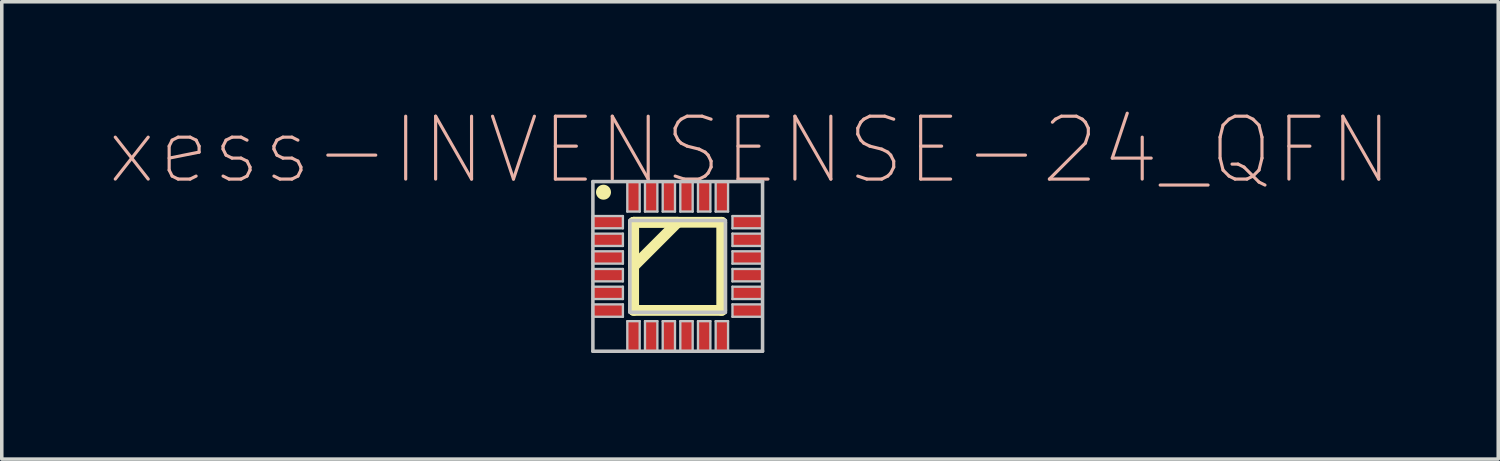
<source format=kicad_pcb>
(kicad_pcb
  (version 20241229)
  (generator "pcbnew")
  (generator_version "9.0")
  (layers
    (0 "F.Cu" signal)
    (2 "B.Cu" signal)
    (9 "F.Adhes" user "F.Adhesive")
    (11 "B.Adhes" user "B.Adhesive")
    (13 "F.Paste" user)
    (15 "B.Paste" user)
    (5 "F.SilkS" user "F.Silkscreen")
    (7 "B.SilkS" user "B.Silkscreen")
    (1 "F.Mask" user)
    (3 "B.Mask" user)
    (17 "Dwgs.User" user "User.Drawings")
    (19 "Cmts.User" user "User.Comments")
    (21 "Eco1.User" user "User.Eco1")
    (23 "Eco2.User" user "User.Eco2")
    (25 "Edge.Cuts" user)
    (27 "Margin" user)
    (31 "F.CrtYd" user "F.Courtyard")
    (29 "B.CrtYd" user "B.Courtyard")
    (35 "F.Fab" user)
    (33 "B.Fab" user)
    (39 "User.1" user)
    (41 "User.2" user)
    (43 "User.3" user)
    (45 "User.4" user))
  (footprint "xess-INVENSENSE-24_QFN"
    (layer "F.Cu")
    (at 14.115 3.233)
    (property "Reference" "xess-INVENSENSE-24_QFN" (at 4.044 -2.037 0) (layer "B.SilkS") (effects (font (size 1.778 1.778) (thickness 0.089))))
    (attr smd)
    (fp_line (start 0.754 0.003) (end 0.754 1.25) (stroke (width 0.305) (type solid)) (layer "F.SilkS"))
    (fp_line (start 0.754 0.003) (end 0.754 2.494) (stroke (width 0.305) (type solid)) (layer "F.SilkS"))
    (fp_line (start 0.754 1.25) (end 1.999 0.003) (stroke (width 0.305) (type solid)) (layer "F.SilkS"))
    (fp_line (start 0.754 2.494) (end 3.244 2.494) (stroke (width 0.305) (type solid)) (layer "F.SilkS"))
    (fp_line (start 1.999 0.003) (end 0.754 0.003) (stroke (width 0.305) (type solid)) (layer "F.SilkS"))
    (fp_line (start 3.244 0.003) (end 0.754 0.003) (stroke (width 0.305) (type solid)) (layer "F.SilkS"))
    (fp_line (start 3.244 2.494) (end 3.244 0.003) (stroke (width 0.305) (type solid)) (layer "F.SilkS"))
    (fp_circle (center -0.099 -0.848) (end -0.249 -0.998) (stroke (width 0) (type solid)) (fill yes) (layer "F.SilkS"))
    (fp_line (start -0.399 -1.148) (end -0.399 3.65) (stroke (width 0.1) (type solid)) (layer "Dwgs.User"))
    (fp_line (start -0.399 -0.173) (end 0.45 -0.173) (stroke (width 0.066) (type solid)) (layer "Dwgs.User"))
    (fp_line (start -0.399 0.173) (end -0.399 -0.173) (stroke (width 0.066) (type solid)) (layer "Dwgs.User"))
    (fp_line (start -0.399 0.173) (end 0.45 0.173) (stroke (width 0.066) (type solid)) (layer "Dwgs.User"))
    (fp_line (start -0.399 0.323) (end 0.45 0.323) (stroke (width 0.066) (type solid)) (layer "Dwgs.User"))
    (fp_line (start -0.399 0.673) (end -0.399 0.323) (stroke (width 0.066) (type solid)) (layer "Dwgs.User"))
    (fp_line (start -0.399 0.673) (end 0.45 0.673) (stroke (width 0.066) (type solid)) (layer "Dwgs.User"))
    (fp_line (start -0.399 0.823) (end 0.45 0.823) (stroke (width 0.066) (type solid)) (layer "Dwgs.User"))
    (fp_line (start -0.399 1.173) (end -0.399 0.823) (stroke (width 0.066) (type solid)) (layer "Dwgs.User"))
    (fp_line (start -0.399 1.173) (end 0.45 1.173) (stroke (width 0.066) (type solid)) (layer "Dwgs.User"))
    (fp_line (start -0.399 1.323) (end 0.45 1.323) (stroke (width 0.066) (type solid)) (layer "Dwgs.User"))
    (fp_line (start -0.399 1.674) (end -0.399 1.323) (stroke (width 0.066) (type solid)) (layer "Dwgs.User"))
    (fp_line (start -0.399 1.674) (end 0.45 1.674) (stroke (width 0.066) (type solid)) (layer "Dwgs.User"))
    (fp_line (start -0.399 1.824) (end 0.45 1.824) (stroke (width 0.066) (type solid)) (layer "Dwgs.User"))
    (fp_line (start -0.399 2.174) (end -0.399 1.824) (stroke (width 0.066) (type solid)) (layer "Dwgs.User"))
    (fp_line (start -0.399 2.174) (end 0.45 2.174) (stroke (width 0.066) (type solid)) (layer "Dwgs.User"))
    (fp_line (start -0.399 2.324) (end 0.45 2.324) (stroke (width 0.066) (type solid)) (layer "Dwgs.User"))
    (fp_line (start -0.399 2.675) (end -0.399 2.324) (stroke (width 0.066) (type solid)) (layer "Dwgs.User"))
    (fp_line (start -0.399 2.675) (end 0.45 2.675) (stroke (width 0.066) (type solid)) (layer "Dwgs.User"))
    (fp_line (start -0.399 3.65) (end 4.399 3.65) (stroke (width 0.1) (type solid)) (layer "Dwgs.User"))
    (fp_line (start 0.45 0.173) (end 0.45 -0.173) (stroke (width 0.066) (type solid)) (layer "Dwgs.User"))
    (fp_line (start 0.45 0.673) (end 0.45 0.323) (stroke (width 0.066) (type solid)) (layer "Dwgs.User"))
    (fp_line (start 0.45 1.173) (end 0.45 0.823) (stroke (width 0.066) (type solid)) (layer "Dwgs.User"))
    (fp_line (start 0.45 1.674) (end 0.45 1.323) (stroke (width 0.066) (type solid)) (layer "Dwgs.User"))
    (fp_line (start 0.45 2.174) (end 0.45 1.824) (stroke (width 0.066) (type solid)) (layer "Dwgs.User"))
    (fp_line (start 0.45 2.675) (end 0.45 2.324) (stroke (width 0.066) (type solid)) (layer "Dwgs.User"))
    (fp_line (start 0.574 -1.148) (end 0.925 -1.148) (stroke (width 0.066) (type solid)) (layer "Dwgs.User"))
    (fp_line (start 0.574 -0.3) (end 0.574 -1.148) (stroke (width 0.066) (type solid)) (layer "Dwgs.User"))
    (fp_line (start 0.574 -0.3) (end 0.925 -0.3) (stroke (width 0.066) (type solid)) (layer "Dwgs.User"))
    (fp_line (start 0.574 2.799) (end 0.925 2.799) (stroke (width 0.066) (type solid)) (layer "Dwgs.User"))
    (fp_line (start 0.574 3.65) (end 0.574 2.799) (stroke (width 0.066) (type solid)) (layer "Dwgs.User"))
    (fp_line (start 0.574 3.65) (end 0.925 3.65) (stroke (width 0.066) (type solid)) (layer "Dwgs.User"))
    (fp_line (start 0.648 -0.048) (end 0.648 2.548) (stroke (width 0.1) (type solid)) (layer "Dwgs.User"))
    (fp_line (start 0.648 2.548) (end 3.348 2.548) (stroke (width 0.1) (type solid)) (layer "Dwgs.User"))
    (fp_line (start 0.925 -0.3) (end 0.925 -1.148) (stroke (width 0.066) (type solid)) (layer "Dwgs.User"))
    (fp_line (start 0.925 3.65) (end 0.925 2.799) (stroke (width 0.066) (type solid)) (layer "Dwgs.User"))
    (fp_line (start 1.074 -1.148) (end 1.425 -1.148) (stroke (width 0.066) (type solid)) (layer "Dwgs.User"))
    (fp_line (start 1.074 -0.3) (end 1.074 -1.148) (stroke (width 0.066) (type solid)) (layer "Dwgs.User"))
    (fp_line (start 1.074 -0.3) (end 1.425 -0.3) (stroke (width 0.066) (type solid)) (layer "Dwgs.User"))
    (fp_line (start 1.074 2.799) (end 1.425 2.799) (stroke (width 0.066) (type solid)) (layer "Dwgs.User"))
    (fp_line (start 1.074 3.65) (end 1.074 2.799) (stroke (width 0.066) (type solid)) (layer "Dwgs.User"))
    (fp_line (start 1.074 3.65) (end 1.425 3.65) (stroke (width 0.066) (type solid)) (layer "Dwgs.User"))
    (fp_line (start 1.425 -0.3) (end 1.425 -1.148) (stroke (width 0.066) (type solid)) (layer "Dwgs.User"))
    (fp_line (start 1.425 3.65) (end 1.425 2.799) (stroke (width 0.066) (type solid)) (layer "Dwgs.User"))
    (fp_line (start 1.575 -1.148) (end 1.923 -1.148) (stroke (width 0.066) (type solid)) (layer "Dwgs.User"))
    (fp_line (start 1.575 -0.3) (end 1.575 -1.148) (stroke (width 0.066) (type solid)) (layer "Dwgs.User"))
    (fp_line (start 1.575 -0.3) (end 1.923 -0.3) (stroke (width 0.066) (type solid)) (layer "Dwgs.User"))
    (fp_line (start 1.575 2.799) (end 1.923 2.799) (stroke (width 0.066) (type solid)) (layer "Dwgs.User"))
    (fp_line (start 1.575 3.65) (end 1.575 2.799) (stroke (width 0.066) (type solid)) (layer "Dwgs.User"))
    (fp_line (start 1.575 3.65) (end 1.923 3.65) (stroke (width 0.066) (type solid)) (layer "Dwgs.User"))
    (fp_line (start 1.923 -0.3) (end 1.923 -1.148) (stroke (width 0.066) (type solid)) (layer "Dwgs.User"))
    (fp_line (start 1.923 3.65) (end 1.923 2.799) (stroke (width 0.066) (type solid)) (layer "Dwgs.User"))
    (fp_line (start 2.073 -1.148) (end 2.423 -1.148) (stroke (width 0.066) (type solid)) (layer "Dwgs.User"))
    (fp_line (start 2.073 -0.3) (end 2.073 -1.148) (stroke (width 0.066) (type solid)) (layer "Dwgs.User"))
    (fp_line (start 2.073 -0.3) (end 2.423 -0.3) (stroke (width 0.066) (type solid)) (layer "Dwgs.User"))
    (fp_line (start 2.073 2.799) (end 2.423 2.799) (stroke (width 0.066) (type solid)) (layer "Dwgs.User"))
    (fp_line (start 2.073 3.65) (end 2.073 2.799) (stroke (width 0.066) (type solid)) (layer "Dwgs.User"))
    (fp_line (start 2.073 3.65) (end 2.423 3.65) (stroke (width 0.066) (type solid)) (layer "Dwgs.User"))
    (fp_line (start 2.423 -0.3) (end 2.423 -1.148) (stroke (width 0.066) (type solid)) (layer "Dwgs.User"))
    (fp_line (start 2.423 3.65) (end 2.423 2.799) (stroke (width 0.066) (type solid)) (layer "Dwgs.User"))
    (fp_line (start 2.573 -1.148) (end 2.924 -1.148) (stroke (width 0.066) (type solid)) (layer "Dwgs.User"))
    (fp_line (start 2.573 -0.3) (end 2.573 -1.148) (stroke (width 0.066) (type solid)) (layer "Dwgs.User"))
    (fp_line (start 2.573 -0.3) (end 2.924 -0.3) (stroke (width 0.066) (type solid)) (layer "Dwgs.User"))
    (fp_line (start 2.573 2.799) (end 2.924 2.799) (stroke (width 0.066) (type solid)) (layer "Dwgs.User"))
    (fp_line (start 2.573 3.65) (end 2.573 2.799) (stroke (width 0.066) (type solid)) (layer "Dwgs.User"))
    (fp_line (start 2.573 3.65) (end 2.924 3.65) (stroke (width 0.066) (type solid)) (layer "Dwgs.User"))
    (fp_line (start 2.924 -0.3) (end 2.924 -1.148) (stroke (width 0.066) (type solid)) (layer "Dwgs.User"))
    (fp_line (start 2.924 3.65) (end 2.924 2.799) (stroke (width 0.066) (type solid)) (layer "Dwgs.User"))
    (fp_line (start 3.073 -1.148) (end 3.424 -1.148) (stroke (width 0.066) (type solid)) (layer "Dwgs.User"))
    (fp_line (start 3.073 -0.3) (end 3.073 -1.148) (stroke (width 0.066) (type solid)) (layer "Dwgs.User"))
    (fp_line (start 3.073 -0.3) (end 3.424 -0.3) (stroke (width 0.066) (type solid)) (layer "Dwgs.User"))
    (fp_line (start 3.073 2.799) (end 3.424 2.799) (stroke (width 0.066) (type solid)) (layer "Dwgs.User"))
    (fp_line (start 3.073 3.65) (end 3.073 2.799) (stroke (width 0.066) (type solid)) (layer "Dwgs.User"))
    (fp_line (start 3.073 3.65) (end 3.424 3.65) (stroke (width 0.066) (type solid)) (layer "Dwgs.User"))
    (fp_line (start 3.348 -0.048) (end 0.648 -0.048) (stroke (width 0.1) (type solid)) (layer "Dwgs.User"))
    (fp_line (start 3.348 2.548) (end 3.348 -0.048) (stroke (width 0.1) (type solid)) (layer "Dwgs.User"))
    (fp_line (start 3.424 -0.3) (end 3.424 -1.148) (stroke (width 0.066) (type solid)) (layer "Dwgs.User"))
    (fp_line (start 3.424 3.65) (end 3.424 2.799) (stroke (width 0.066) (type solid)) (layer "Dwgs.User"))
    (fp_line (start 3.548 -0.173) (end 4.399 -0.173) (stroke (width 0.066) (type solid)) (layer "Dwgs.User"))
    (fp_line (start 3.548 0.173) (end 3.548 -0.173) (stroke (width 0.066) (type solid)) (layer "Dwgs.User"))
    (fp_line (start 3.548 0.173) (end 4.399 0.173) (stroke (width 0.066) (type solid)) (layer "Dwgs.User"))
    (fp_line (start 3.548 0.323) (end 4.399 0.323) (stroke (width 0.066) (type solid)) (layer "Dwgs.User"))
    (fp_line (start 3.548 0.673) (end 3.548 0.323) (stroke (width 0.066) (type solid)) (layer "Dwgs.User"))
    (fp_line (start 3.548 0.673) (end 4.399 0.673) (stroke (width 0.066) (type solid)) (layer "Dwgs.User"))
    (fp_line (start 3.548 0.823) (end 4.399 0.823) (stroke (width 0.066) (type solid)) (layer "Dwgs.User"))
    (fp_line (start 3.548 1.173) (end 3.548 0.823) (stroke (width 0.066) (type solid)) (layer "Dwgs.User"))
    (fp_line (start 3.548 1.173) (end 4.399 1.173) (stroke (width 0.066) (type solid)) (layer "Dwgs.User"))
    (fp_line (start 3.548 1.323) (end 4.399 1.323) (stroke (width 0.066) (type solid)) (layer "Dwgs.User"))
    (fp_line (start 3.548 1.674) (end 3.548 1.323) (stroke (width 0.066) (type solid)) (layer "Dwgs.User"))
    (fp_line (start 3.548 1.674) (end 4.399 1.674) (stroke (width 0.066) (type solid)) (layer "Dwgs.User"))
    (fp_line (start 3.548 1.824) (end 4.399 1.824) (stroke (width 0.066) (type solid)) (layer "Dwgs.User"))
    (fp_line (start 3.548 2.174) (end 3.548 1.824) (stroke (width 0.066) (type solid)) (layer "Dwgs.User"))
    (fp_line (start 3.548 2.174) (end 4.399 2.174) (stroke (width 0.066) (type solid)) (layer "Dwgs.User"))
    (fp_line (start 3.548 2.324) (end 4.399 2.324) (stroke (width 0.066) (type solid)) (layer "Dwgs.User"))
    (fp_line (start 3.548 2.675) (end 3.548 2.324) (stroke (width 0.066) (type solid)) (layer "Dwgs.User"))
    (fp_line (start 3.548 2.675) (end 4.399 2.675) (stroke (width 0.066) (type solid)) (layer "Dwgs.User"))
    (fp_line (start 4.399 -1.148) (end -0.399 -1.148) (stroke (width 0.1) (type solid)) (layer "Dwgs.User"))
    (fp_line (start 4.399 0.173) (end 4.399 -0.173) (stroke (width 0.066) (type solid)) (layer "Dwgs.User"))
    (fp_line (start 4.399 0.673) (end 4.399 0.323) (stroke (width 0.066) (type solid)) (layer "Dwgs.User"))
    (fp_line (start 4.399 1.173) (end 4.399 0.823) (stroke (width 0.066) (type solid)) (layer "Dwgs.User"))
    (fp_line (start 4.399 1.674) (end 4.399 1.323) (stroke (width 0.066) (type solid)) (layer "Dwgs.User"))
    (fp_line (start 4.399 2.174) (end 4.399 1.824) (stroke (width 0.066) (type solid)) (layer "Dwgs.User"))
    (fp_line (start 4.399 2.675) (end 4.399 2.324) (stroke (width 0.066) (type solid)) (layer "Dwgs.User"))
    (fp_line (start 4.399 3.65) (end 4.399 -1.148) (stroke (width 0.1) (type solid)) (layer "Dwgs.User"))
    (pad "1" smd rect (at 0.023 0) (size 0.848 0.338) (layers "F.Cu" "F.Mask" "F.Paste"))
    (pad "2" smd rect (at 0.023 0.498) (size 0.848 0.338) (layers "F.Cu" "F.Mask" "F.Paste"))
    (pad "3" smd rect (at 0.023 0.998) (size 0.848 0.338) (layers "F.Cu" "F.Mask" "F.Paste"))
    (pad "4" smd rect (at 0.023 1.499) (size 0.848 0.338) (layers "F.Cu" "F.Mask" "F.Paste"))
    (pad "5" smd rect (at 0.023 1.999) (size 0.848 0.338) (layers "F.Cu" "F.Mask" "F.Paste"))
    (pad "6" smd rect (at 0.023 2.499) (size 0.848 0.338) (layers "F.Cu" "F.Mask" "F.Paste"))
    (pad "7" smd rect (at 0.749 3.223) (size 0.338 0.848) (layers "F.Cu" "F.Mask" "F.Paste"))
    (pad "8" smd rect (at 1.25 3.223) (size 0.338 0.848) (layers "F.Cu" "F.Mask" "F.Paste"))
    (pad "9" smd rect (at 1.748 3.223) (size 0.338 0.848) (layers "F.Cu" "F.Mask" "F.Paste"))
    (pad "10" smd rect (at 2.248 3.223) (size 0.338 0.848) (layers "F.Cu" "F.Mask" "F.Paste"))
    (pad "11" smd rect (at 2.748 3.223) (size 0.338 0.848) (layers "F.Cu" "F.Mask" "F.Paste"))
    (pad "12" smd rect (at 3.249 3.223) (size 0.338 0.848) (layers "F.Cu" "F.Mask" "F.Paste"))
    (pad "13" smd rect (at 3.973 2.499) (size 0.848 0.338) (layers "F.Cu" "F.Mask" "F.Paste"))
    (pad "14" smd rect (at 3.973 1.999) (size 0.848 0.338) (layers "F.Cu" "F.Mask" "F.Paste"))
    (pad "15" smd rect (at 3.973 1.499) (size 0.848 0.338) (layers "F.Cu" "F.Mask" "F.Paste"))
    (pad "16" smd rect (at 3.973 0.998) (size 0.848 0.338) (layers "F.Cu" "F.Mask" "F.Paste"))
    (pad "17" smd rect (at 3.973 0.498) (size 0.848 0.338) (layers "F.Cu" "F.Mask" "F.Paste"))
    (pad "18" smd rect (at 3.973 0) (size 0.848 0.338) (layers "F.Cu" "F.Mask" "F.Paste"))
    (pad "19" smd rect (at 3.249 -0.724) (size 0.338 0.848) (layers "F.Cu" "F.Mask" "F.Paste"))
    (pad "20" smd rect (at 2.748 -0.724) (size 0.338 0.848) (layers "F.Cu" "F.Mask" "F.Paste"))
    (pad "21" smd rect (at 2.248 -0.724) (size 0.338 0.848) (layers "F.Cu" "F.Mask" "F.Paste"))
    (pad "22" smd rect (at 1.748 -0.724) (size 0.338 0.848) (layers "F.Cu" "F.Mask" "F.Paste"))
    (pad "23" smd rect (at 1.25 -0.724) (size 0.338 0.848) (layers "F.Cu" "F.Mask" "F.Paste"))
    (pad "24" smd rect (at 0.749 -0.724) (size 0.338 0.848) (layers "F.Cu" "F.Mask" "F.Paste")))
  (gr_rect
    (start -3 -3)
    (end 39.318 9.933)
    (stroke (width 0.1) (type default))
    (fill no)
    (layer "Edge.Cuts")))
</source>
